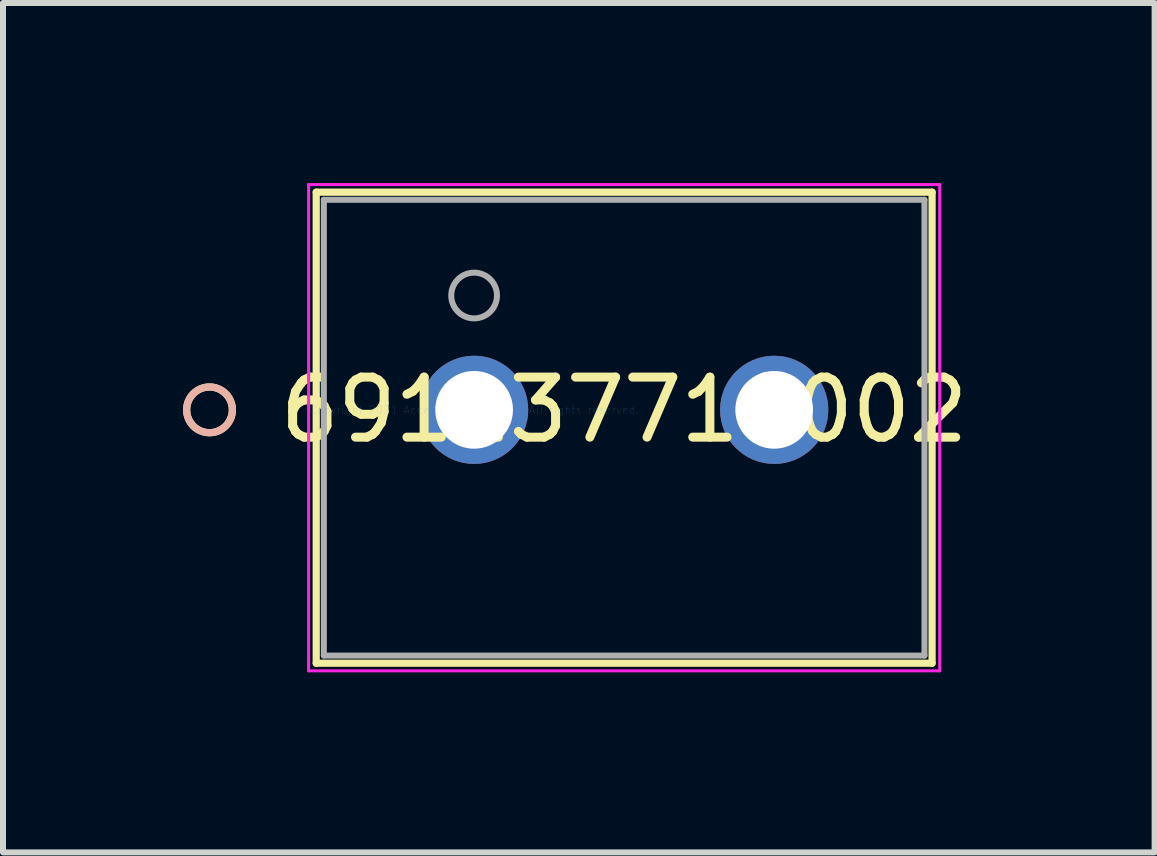
<source format=kicad_pcb>
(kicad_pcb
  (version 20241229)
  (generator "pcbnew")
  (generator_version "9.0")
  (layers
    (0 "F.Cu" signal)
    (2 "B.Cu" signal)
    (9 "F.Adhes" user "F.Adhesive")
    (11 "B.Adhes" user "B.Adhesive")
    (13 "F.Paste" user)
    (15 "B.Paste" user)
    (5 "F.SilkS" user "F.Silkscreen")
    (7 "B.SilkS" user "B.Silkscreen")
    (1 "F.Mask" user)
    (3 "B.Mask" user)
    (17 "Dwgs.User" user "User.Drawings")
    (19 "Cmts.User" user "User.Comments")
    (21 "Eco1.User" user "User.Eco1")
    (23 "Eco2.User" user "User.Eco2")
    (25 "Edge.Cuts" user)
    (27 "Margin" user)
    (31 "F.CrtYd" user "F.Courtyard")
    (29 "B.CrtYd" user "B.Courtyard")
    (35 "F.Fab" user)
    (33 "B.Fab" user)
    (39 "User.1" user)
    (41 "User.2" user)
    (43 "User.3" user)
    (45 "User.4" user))
  (footprint "691137710002"
    (layer "F.Cu")
    (at 4.85 3.779)
    (property "Reference" "691137710002" (at 2.5 0 0) (layer "F.SilkS") (effects (font (size 1 1) (thickness 0.15))))
    (attr through_hole)
    (fp_line (start -2.631 -3.627) (end -2.631 4.222) (stroke (width 0.12) (type solid)) (layer "F.SilkS"))
    (fp_line (start -2.631 4.222) (end 7.631 4.222) (stroke (width 0.12) (type solid)) (layer "F.SilkS"))
    (fp_line (start 7.631 -3.627) (end -2.631 -3.627) (stroke (width 0.12) (type solid)) (layer "F.SilkS"))
    (fp_line (start 7.631 4.222) (end 7.631 -3.627) (stroke (width 0.12) (type solid)) (layer "F.SilkS"))
    (fp_circle (center -4.409 0) (end -4.028 0) (stroke (width 0.12) (type solid)) (fill no) (layer "F.SilkS"))
    (fp_circle (center -4.409 0) (end -4.028 0) (stroke (width 0.12) (type solid)) (fill no) (layer "B.SilkS"))
    (fp_line (start -2.758 -3.754) (end -2.758 4.349) (stroke (width 0.05) (type solid)) (layer "F.CrtYd"))
    (fp_line (start -2.758 4.349) (end 7.758 4.349) (stroke (width 0.05) (type solid)) (layer "F.CrtYd"))
    (fp_line (start 7.758 -3.754) (end -2.758 -3.754) (stroke (width 0.05) (type solid)) (layer "F.CrtYd"))
    (fp_line (start 7.758 4.349) (end 7.758 -3.754) (stroke (width 0.05) (type solid)) (layer "F.CrtYd"))
    (fp_line (start -2.504 -3.5) (end -2.504 4.095) (stroke (width 0.1) (type solid)) (layer "F.Fab"))
    (fp_line (start -2.504 4.095) (end 7.504 4.095) (stroke (width 0.1) (type solid)) (layer "F.Fab"))
    (fp_line (start 7.504 -3.5) (end -2.504 -3.5) (stroke (width 0.1) (type solid)) (layer "F.Fab"))
    (fp_line (start 7.504 4.095) (end 7.504 -3.5) (stroke (width 0.1) (type solid)) (layer "F.Fab"))
    (fp_circle (center 0 -1.905) (end 0.381 -1.905) (stroke (width 0.1) (type solid)) (fill no) (layer "F.Fab"))
    (fp_text user "*" (at 0 0 0) (layer "F.SilkS") (effects (font (size 1 1) (thickness 0.15))))
    (fp_text user "Copyright 2021 Accelerated Designs. All rights reserved." (at 0 0 0) (layer "Cmts.User") (effects (font (size 0.127 0.127) (thickness 0.002))))
    (fp_text user "*" (at 0 0 0) (layer "F.Fab") (effects (font (size 1 1) (thickness 0.15))))
    (pad "1" thru_hole circle (at 0 0) (size 1.803 1.803) (drill 1.295) (layers "*.Cu" "*.Mask"))
    (pad "2" thru_hole circle (at 5 0) (size 1.803 1.803) (drill 1.295) (layers "*.Cu" "*.Mask")))
  (gr_rect
    (start -3 -3)
    (end 16.189 11.153)
    (stroke (width 0.1) (type default))
    (fill no)
    (layer "Edge.Cuts")))
</source>
